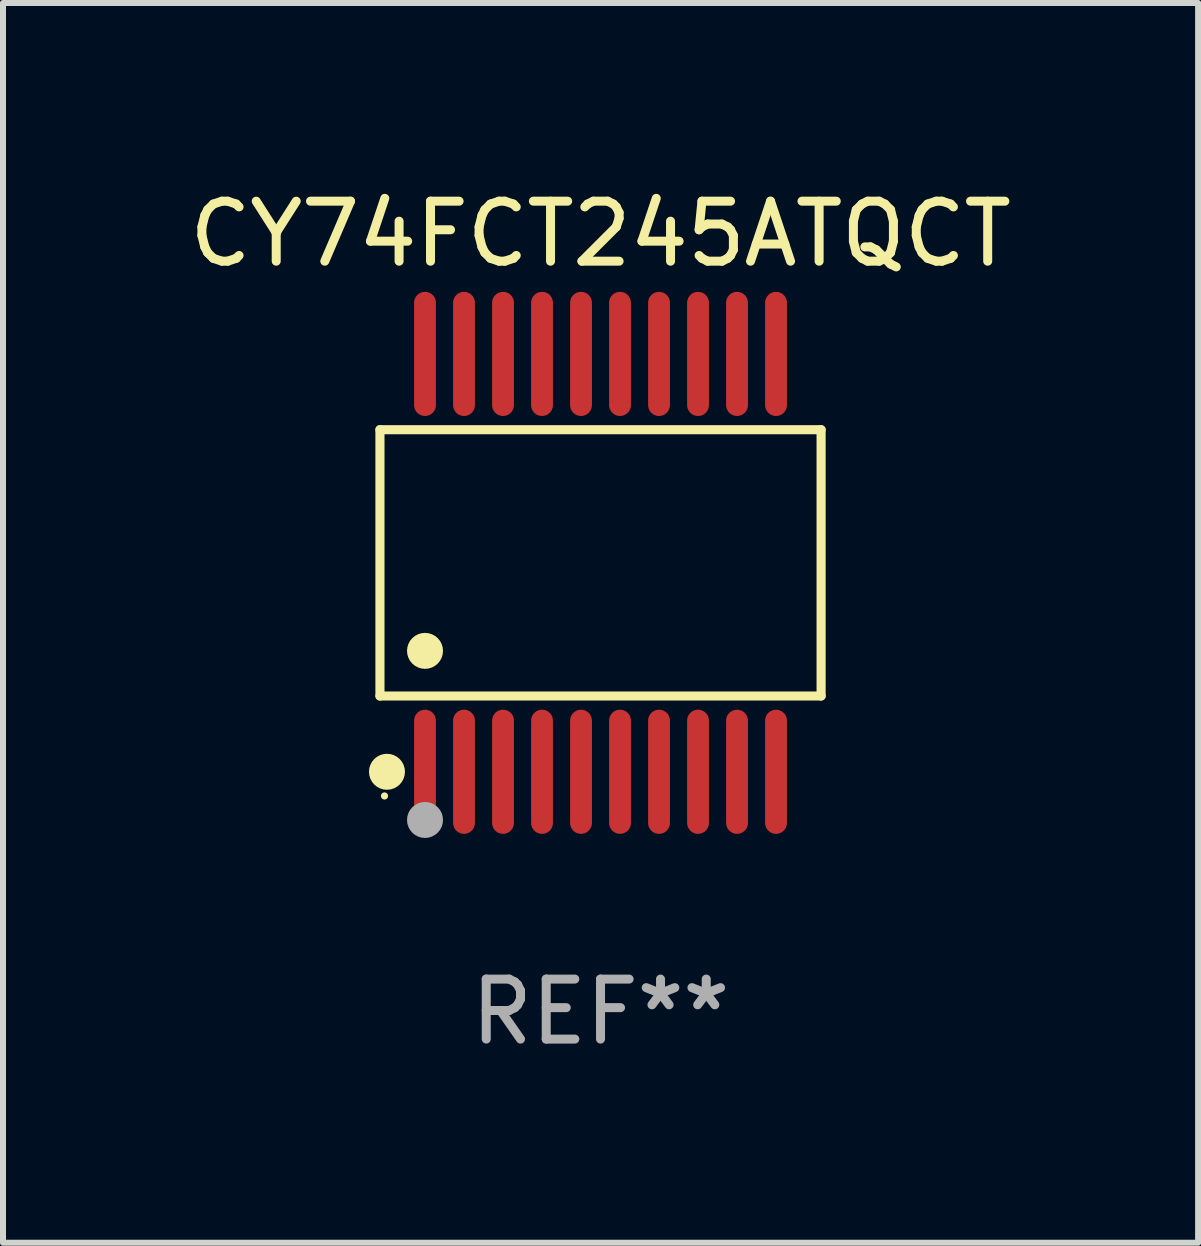
<source format=kicad_pcb>
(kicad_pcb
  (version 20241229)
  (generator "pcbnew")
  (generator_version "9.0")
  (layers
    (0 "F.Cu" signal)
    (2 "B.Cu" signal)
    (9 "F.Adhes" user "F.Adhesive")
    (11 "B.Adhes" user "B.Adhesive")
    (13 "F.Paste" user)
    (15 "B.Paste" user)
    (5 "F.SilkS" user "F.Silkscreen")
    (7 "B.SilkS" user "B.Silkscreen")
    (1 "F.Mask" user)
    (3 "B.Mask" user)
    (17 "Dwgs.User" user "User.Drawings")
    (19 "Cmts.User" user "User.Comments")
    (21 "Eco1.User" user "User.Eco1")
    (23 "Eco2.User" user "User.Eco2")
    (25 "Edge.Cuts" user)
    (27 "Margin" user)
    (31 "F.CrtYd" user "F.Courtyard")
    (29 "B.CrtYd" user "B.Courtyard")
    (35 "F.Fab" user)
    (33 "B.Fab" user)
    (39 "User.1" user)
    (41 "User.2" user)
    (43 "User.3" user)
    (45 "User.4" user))
  (footprint "CY74FCT245ATQCT"
    (layer "F.Cu")
    (at 6.958 6.33)
    (property "Reference" "CY74FCT245ATQCT" (at 0 -5.482 0) (layer "F.SilkS") (effects (font (size 1 1) (thickness 0.15))))
    (attr through_hole)
    (fp_line (start -3.676 -2.219) (end 3.676 -2.219) (stroke (width 0.152) (type solid)) (layer "F.SilkS"))
    (fp_line (start -3.676 2.219) (end -3.676 -2.219) (stroke (width 0.152) (type solid)) (layer "F.SilkS"))
    (fp_line (start 3.676 -2.219) (end 3.676 2.219) (stroke (width 0.152) (type solid)) (layer "F.SilkS"))
    (fp_line (start 3.676 2.219) (end -3.676 2.219) (stroke (width 0.152) (type solid)) (layer "F.SilkS"))
    (fp_circle (center -3.6 3.885) (end -3.57 3.885) (stroke (width 0.06) (type solid)) (fill no) (layer "F.SilkS"))
    (fp_circle (center -3.559 3.482) (end -3.409 3.482) (stroke (width 0.3) (type solid)) (fill no) (layer "F.SilkS"))
    (fp_circle (center -2.925 1.467) (end -2.775 1.467) (stroke (width 0.3) (type solid)) (fill no) (layer "F.SilkS"))
    (fp_circle (center -2.925 4.285) (end -2.775 4.285) (stroke (width 0.3) (type solid)) (fill no) (layer "F.Fab"))
    (fp_text user "REF**" (at 0 7.482 0) (layer "F.Fab") (effects (font (size 1 1) (thickness 0.15))))
    (pad "1" smd oval (at -2.925 3.482) (size 0.364 2.069) (layers "F.Cu" "F.Mask" "F.Paste"))
    (pad "2" smd oval (at -2.275 3.482) (size 0.364 2.069) (layers "F.Cu" "F.Mask" "F.Paste"))
    (pad "3" smd oval (at -1.625 3.482) (size 0.364 2.069) (layers "F.Cu" "F.Mask" "F.Paste"))
    (pad "4" smd oval (at -0.975 3.482) (size 0.364 2.069) (layers "F.Cu" "F.Mask" "F.Paste"))
    (pad "5" smd oval (at -0.325 3.482) (size 0.364 2.069) (layers "F.Cu" "F.Mask" "F.Paste"))
    (pad "6" smd oval (at 0.325 3.482) (size 0.364 2.069) (layers "F.Cu" "F.Mask" "F.Paste"))
    (pad "7" smd oval (at 0.975 3.482) (size 0.364 2.069) (layers "F.Cu" "F.Mask" "F.Paste"))
    (pad "8" smd oval (at 1.625 3.482) (size 0.364 2.069) (layers "F.Cu" "F.Mask" "F.Paste"))
    (pad "9" smd oval (at 2.275 3.482) (size 0.364 2.069) (layers "F.Cu" "F.Mask" "F.Paste"))
    (pad "10" smd oval (at 2.925 3.482) (size 0.364 2.069) (layers "F.Cu" "F.Mask" "F.Paste"))
    (pad "11" smd oval (at 2.925 -3.482) (size 0.364 2.069) (layers "F.Cu" "F.Mask" "F.Paste"))
    (pad "12" smd oval (at 2.275 -3.482) (size 0.364 2.069) (layers "F.Cu" "F.Mask" "F.Paste"))
    (pad "13" smd oval (at 1.625 -3.482) (size 0.364 2.069) (layers "F.Cu" "F.Mask" "F.Paste"))
    (pad "14" smd oval (at 0.975 -3.482) (size 0.364 2.069) (layers "F.Cu" "F.Mask" "F.Paste"))
    (pad "15" smd oval (at 0.325 -3.482) (size 0.364 2.069) (layers "F.Cu" "F.Mask" "F.Paste"))
    (pad "16" smd oval (at -0.325 -3.482) (size 0.364 2.069) (layers "F.Cu" "F.Mask" "F.Paste"))
    (pad "17" smd oval (at -0.975 -3.482) (size 0.364 2.069) (layers "F.Cu" "F.Mask" "F.Paste"))
    (pad "18" smd oval (at -1.625 -3.482) (size 0.364 2.069) (layers "F.Cu" "F.Mask" "F.Paste"))
    (pad "19" smd oval (at -2.275 -3.482) (size 0.364 2.069) (layers "F.Cu" "F.Mask" "F.Paste"))
    (pad "20" smd oval (at -2.925 -3.482) (size 0.364 2.069) (layers "F.Cu" "F.Mask" "F.Paste")))
  (gr_rect
    (start -3 -3)
    (end 16.917 17.661)
    (stroke (width 0.1) (type default))
    (fill no)
    (layer "Edge.Cuts")))
</source>
